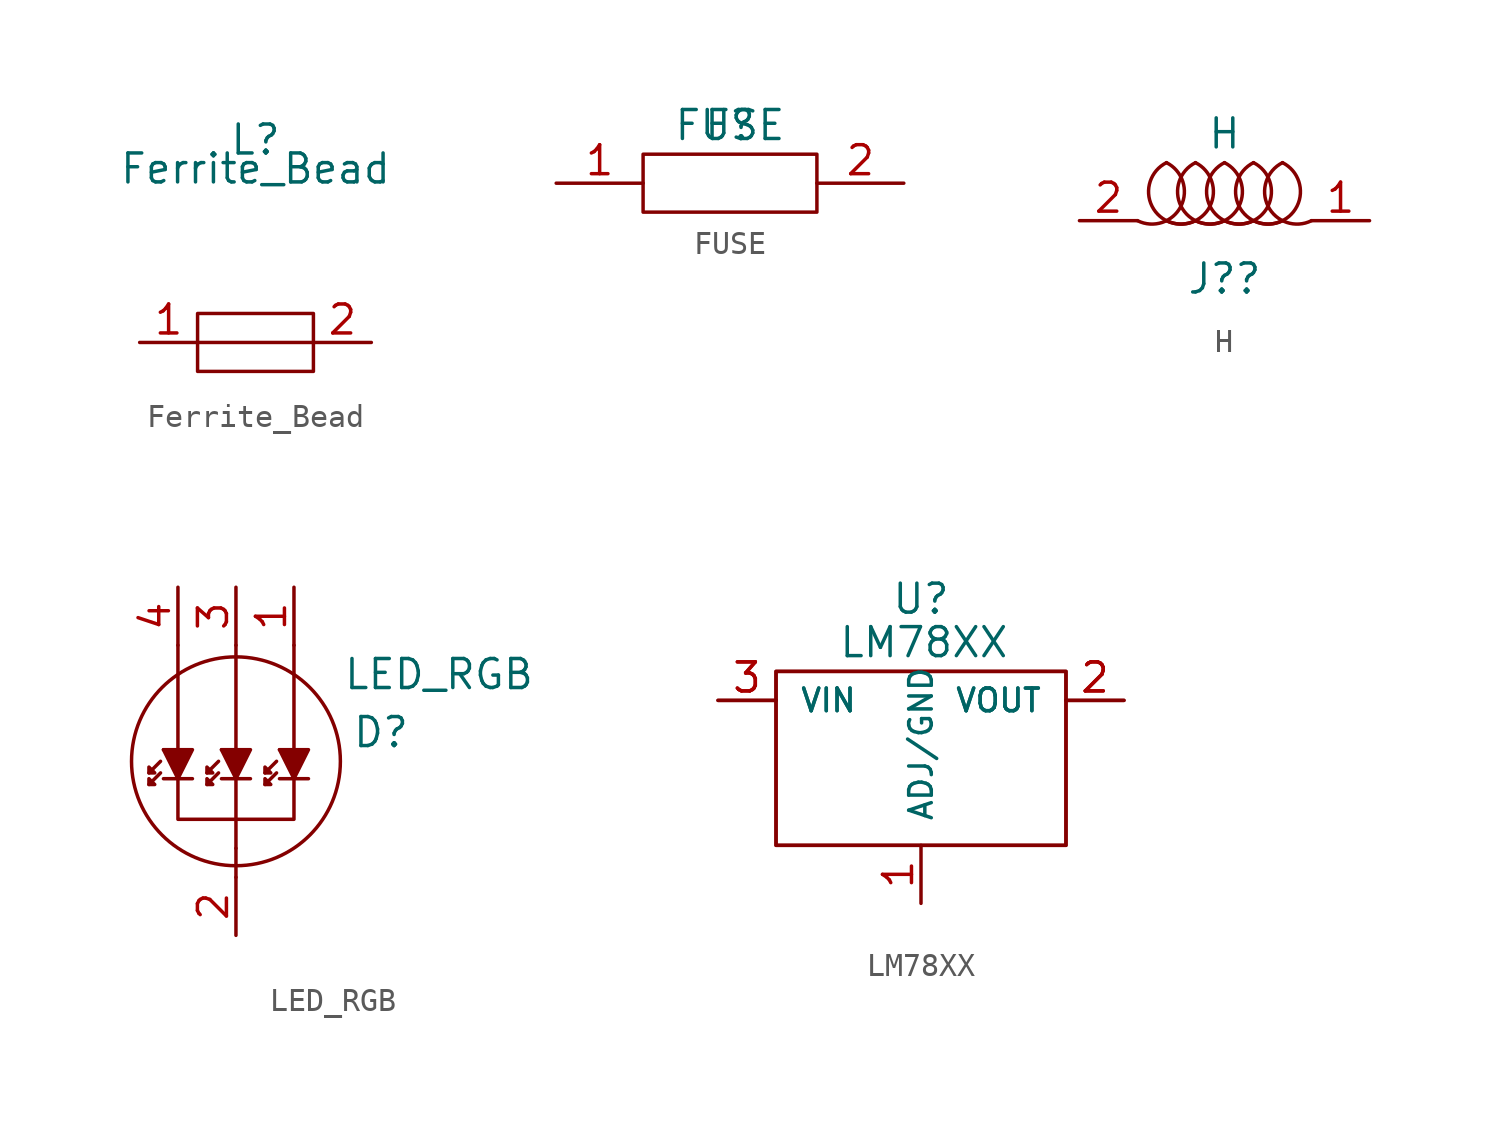
<source format=kicad_sym>
(kicad_symbol_lib
  (version 20211014)
  (generator kicad_symbol_editor)
  (symbol "Ferrite_Bead"
    (pin_names
      (offset 1.016))
    (property "Reference" "L"
      (at 0 8.89 0)
      (effects (font (size 1.27 1.27))))
    (property "Value" "Ferrite_Bead"
      (at 0 7.62 0)
      (effects (font (size 1.27 1.27))))
    (symbol "Ferrite_Bead_0_1"
      (rectangle (start -2.54 1.27) (end 2.54 -1.27) (stroke (width 0) (type default) (color 0 0 0 0)) (fill (type none)))
      (polyline (pts (xy -2.54 0) (xy 2.54 0)) (stroke (width 0) (type default) (color 0 0 0 0)) (fill (type none))))
    (symbol "Ferrite_Bead_1_1"
      (pin input line (at -5.08 0 0) (length 2.54) (name "~" (effects (font (size 1.27 1.27)))) (number "1" (effects (font (size 1.27 1.27)))))
      (pin input line (at 5.08 0 180) (length 2.54) (name "~" (effects (font (size 1.27 1.27)))) (number "2" (effects (font (size 1.27 1.27)))))))
  (symbol "FUSE"
    (pin_names
      (offset 1.016))
    (property "Reference" "F"
      (at 0 2.54 0)
      (effects (font (size 1.27 1.27))))
    (property "Value" "FUSE"
      (at 0 2.54 0)
      (effects (font (size 1.27 1.27))))
    (symbol "FUSE_0_1"
      (rectangle (start -3.81 1.27) (end 3.81 -1.27) (stroke (width 0) (type default) (color 0 0 0 0)) (fill (type none))))
    (symbol "FUSE_1_1"
      (pin passive line (at -7.62 0 0) (length 3.81) (name "~" (effects (font (size 1.27 1.27)))) (number "1" (effects (font (size 1.27 1.27)))))
      (pin passive line (at 7.62 0 180) (length 3.81) (name "~" (effects (font (size 1.27 1.27)))) (number "2" (effects (font (size 1.27 1.27)))))))
  (symbol "H"
    (pin_names
      (offset 1.016))
    (property "Reference" "J?"
      (at 0 -2.54 0)
      (effects (font (size 1.27 1.27))))
    (property "Value" "H"
      (at 0 3.81 0)
      (effects (font (size 1.27 1.27))))
    (symbol "H_1_1"
      (arc (start -3.81 0) (mid -1.905 0.635) (end -2.54 2.54) (stroke (width 0) (type default) (color 0 0 0 0)) (fill (type none)))
      (arc (start -2.54 0) (mid -0.635 0.635) (end -1.27 2.54) (stroke (width 0) (type default) (color 0 0 0 0)) (fill (type none)))
      (arc (start -2.54 2.54) (mid -3.175 0.635) (end -1.27 0) (stroke (width 0) (type default) (color 0 0 0 0)) (fill (type none)))
      (arc (start -1.27 0) (mid 0.635 0.635) (end 0 2.54) (stroke (width 0) (type default) (color 0 0 0 0)) (fill (type none)))
      (arc (start -1.27 2.54) (mid -1.905 0.635) (end 0 0) (stroke (width 0) (type default) (color 0 0 0 0)) (fill (type none)))
      (arc (start 0 0) (mid 1.905 0.635) (end 1.27 2.54) (stroke (width 0) (type default) (color 0 0 0 0)) (fill (type none)))
      (arc (start 0 2.54) (mid -0.635 0.635) (end 1.27 0) (stroke (width 0) (type default) (color 0 0 0 0)) (fill (type none)))
      (arc (start 1.27 0) (mid 3.175 0.635) (end 2.54 2.54) (stroke (width 0) (type default) (color 0 0 0 0)) (fill (type none)))
      (arc (start 1.27 2.54) (mid 0.635 0.635) (end 2.54 0) (stroke (width 0) (type default) (color 0 0 0 0)) (fill (type none)))
      (arc (start 2.54 2.54) (mid 1.905 0.635) (end 3.81 0) (stroke (width 0) (type default) (color 0 0 0 0)) (fill (type none)))
      (pin passive line (at 6.35 0 180) (length 2.54) (name "~" (effects (font (size 1.27 1.27)))) (number "1" (effects (font (size 1.27 1.27)))))
      (pin passive line (at -6.35 0 0) (length 2.54) (name "~" (effects (font (size 1.27 1.27)))) (number "2" (effects (font (size 1.27 1.27)))))))
  (symbol "LED_RGB"
    (pin_names
      (offset 1.016))
    (property "Reference" "D"
      (at 6.35 1.27 0)
      (effects (font (size 1.27 1.27))))
    (property "Value" "LED_RGB"
      (at 8.89 3.81 0)
      (effects (font (size 1.27 1.27))))
    (symbol "LED_RGB_0_1"
      (rectangle (start 0 -3.81) (end 0 -5.08) (stroke (width 0) (type default) (color 0 0 0 0)) (fill (type none)))
      (polyline (pts (xy -3.175 0.508) (xy -2.54 -0.762)) (stroke (width 0) (type default) (color 0 0 0 0)) (fill (type none)))
      (polyline (pts (xy -2.54 0) (xy -2.54 5.08)) (stroke (width 0) (type default) (color 0 0 0 0)) (fill (type none)))
      (polyline (pts (xy 0 -2.54) (xy 0 -3.81)) (stroke (width 0) (type default) (color 0 0 0 0)) (fill (type none)))
      (polyline (pts (xy 2.54 0) (xy 2.54 5.08)) (stroke (width 0) (type default) (color 0 0 0 0)) (fill (type none)))
      (polyline (pts (xy -2.54 0) (xy -2.54 -2.54) (xy 0 -2.54) (xy 0 0) (xy 0 -2.54) (xy 2.54 -2.54) (xy 2.54 0)) (stroke (width 0) (type default) (color 0 0 0 0)) (fill (type none)))
      (rectangle (start 0 0) (end 0 5.08) (stroke (width 0) (type default) (color 0 0 0 0)) (fill (type none)))
      (circle (center 0 0) (radius 4.572) (stroke (width 0) (type default) (color 0 0 0 0)) (fill (type none))))
    (symbol "LED_RGB_1_1"
      (polyline (pts (xy -0.635 0.508) (xy 0 -0.762)) (stroke (width 0) (type default) (color 0 0 0 0)) (fill (type none)))
      (polyline (pts (xy 1.905 0.508) (xy 2.54 -0.762)) (stroke (width 0) (type default) (color 0 0 0 0)) (fill (type none)))
      (polyline (pts (xy -3.302 -0.508) (xy -3.81 -1.016) (xy -3.81 -1.016)) (stroke (width 0) (type default) (color 0 0 0 0)) (fill (type none)))
      (polyline (pts (xy -3.302 0) (xy -3.81 -0.508) (xy -3.81 -0.508)) (stroke (width 0) (type default) (color 0 0 0 0)) (fill (type none)))
      (polyline (pts (xy -3.175 -0.762) (xy -1.905 -0.762) (xy -1.905 -0.762)) (stroke (width 0) (type default) (color 0 0 0 0)) (fill (type none)))
      (polyline (pts (xy -0.762 -0.508) (xy -1.27 -1.016) (xy -1.27 -1.016)) (stroke (width 0) (type default) (color 0 0 0 0)) (fill (type none)))
      (polyline (pts (xy -0.762 0) (xy -1.27 -0.508) (xy -1.27 -0.508)) (stroke (width 0) (type default) (color 0 0 0 0)) (fill (type none)))
      (polyline (pts (xy -0.635 -0.762) (xy 0.635 -0.762) (xy 0.635 -0.762)) (stroke (width 0) (type default) (color 0 0 0 0)) (fill (type none)))
      (polyline (pts (xy 1.778 -0.508) (xy 1.27 -1.016) (xy 1.27 -1.016)) (stroke (width 0) (type default) (color 0 0 0 0)) (fill (type none)))
      (polyline (pts (xy 1.778 0) (xy 1.27 -0.508) (xy 1.27 -0.508)) (stroke (width 0) (type default) (color 0 0 0 0)) (fill (type none)))
      (polyline (pts (xy 1.905 -0.762) (xy 3.175 -0.762) (xy 3.175 -0.762)) (stroke (width 0) (type default) (color 0 0 0 0)) (fill (type none)))
      (polyline (pts (xy -2.54 -0.762) (xy -1.905 0.508) (xy -3.175 0.508) (xy -3.175 0.508)) (stroke (width 0) (type default) (color 0 0 0 0)) (fill (type outline)))
      (polyline (pts (xy 0 -0.762) (xy 0.635 0.508) (xy -0.635 0.508) (xy -0.635 0.508)) (stroke (width 0) (type default) (color 0 0 0 0)) (fill (type outline)))
      (polyline (pts (xy 2.54 -0.762) (xy 3.175 0.508) (xy 1.905 0.508) (xy 1.905 0.508)) (stroke (width 0) (type default) (color 0 0 0 0)) (fill (type outline)))
      (polyline (pts (xy -3.81 -1.016) (xy -3.81 -0.762) (xy -3.556 -1.016) (xy -3.81 -1.016) (xy -3.81 -1.016)) (stroke (width 0) (type default) (color 0 0 0 0)) (fill (type outline)))
      (polyline (pts (xy -1.27 -1.016) (xy -1.27 -0.762) (xy -1.016 -1.016) (xy -1.27 -1.016) (xy -1.27 -1.016)) (stroke (width 0) (type default) (color 0 0 0 0)) (fill (type outline)))
      (polyline (pts (xy 1.27 -1.016) (xy 1.27 -0.762) (xy 1.524 -1.016) (xy 1.27 -1.016) (xy 1.27 -1.016)) (stroke (width 0) (type default) (color 0 0 0 0)) (fill (type outline)))
      (polyline (pts (xy -3.81 -0.508) (xy -3.81 -0.254) (xy -3.556 -0.508) (xy -3.81 -0.508) (xy -3.81 -0.508) (xy -3.81 -0.508)) (stroke (width 0) (type default) (color 0 0 0 0)) (fill (type outline)))
      (polyline (pts (xy -1.27 -0.508) (xy -1.27 -0.254) (xy -1.016 -0.508) (xy -1.27 -0.508) (xy -1.27 -0.508) (xy -1.27 -0.508)) (stroke (width 0) (type default) (color 0 0 0 0)) (fill (type outline)))
      (polyline (pts (xy 1.27 -0.508) (xy 1.27 -0.254) (xy 1.524 -0.508) (xy 1.27 -0.508) (xy 1.27 -0.508) (xy 1.27 -0.508)) (stroke (width 0) (type default) (color 0 0 0 0)) (fill (type outline)))
      (pin input line (at 2.54 7.62 270) (length 2.54) (name "~" (effects (font (size 1.27 1.27)))) (number "1" (effects (font (size 1.27 1.27)))))
      (pin input line (at 0 -7.62 90) (length 2.54) (name "~" (effects (font (size 1.27 1.27)))) (number "2" (effects (font (size 1.27 1.27)))))
      (pin input line (at 0 7.62 270) (length 2.54) (name "~" (effects (font (size 1.27 1.27)))) (number "3" (effects (font (size 1.27 1.27)))))
      (pin input line (at -2.54 7.62 270) (length 2.54) (name "~" (effects (font (size 1.27 1.27)))) (number "4" (effects (font (size 1.27 1.27)))))))
  (symbol "LM78XX"
    (pin_names
      (offset 1.016))
    (property "Reference" "U"
      (at 0 6.985 0)
      (effects (font (size 1.27 1.27))))
    (property "Value" "LM78XX"
      (at 0.127 5.08 0)
      (effects (font (size 1.27 1.27))))
    (symbol "LM78XX_1_1"
      (rectangle (start -6.35 3.81) (end 6.35 -3.81) (stroke (width 0) (type default) (color 0 0 0 0)) (fill (type none)))
      (rectangle (start -6.35 3.81) (end 6.35 -3.81) (stroke (width 0) (type default) (color 0 0 0 0)) (fill (type none)))
      (pin input line (at 0 -6.35 90) (length 2.54) (name "ADJ/GND" (effects (font (size 0.991 0.991)))) (number "1" (effects (font (size 1.27 1.27)))))
      (pin input line (at 8.89 2.54 180) (length 2.54) (name "VOUT" (effects (font (size 0.991 0.991)))) (number "2" (effects (font (size 1.27 1.27)))))
      (pin input line (at 8.89 2.54 180) (length 2.54) (name "VOUT" (effects (font (size 0.991 0.991)))) (number "2" (effects (font (size 1.27 1.27)))))
      (pin input line (at -8.89 2.54 0) (length 2.54) (name "VIN" (effects (font (size 0.991 0.991)))) (number "3" (effects (font (size 1.27 1.27)))))
      (pin input line (at -8.89 2.54 0) (length 2.54) (name "VIN" (effects (font (size 0.991 0.991)))) (number "3" (effects (font (size 1.27 1.27))))))))
</source>
